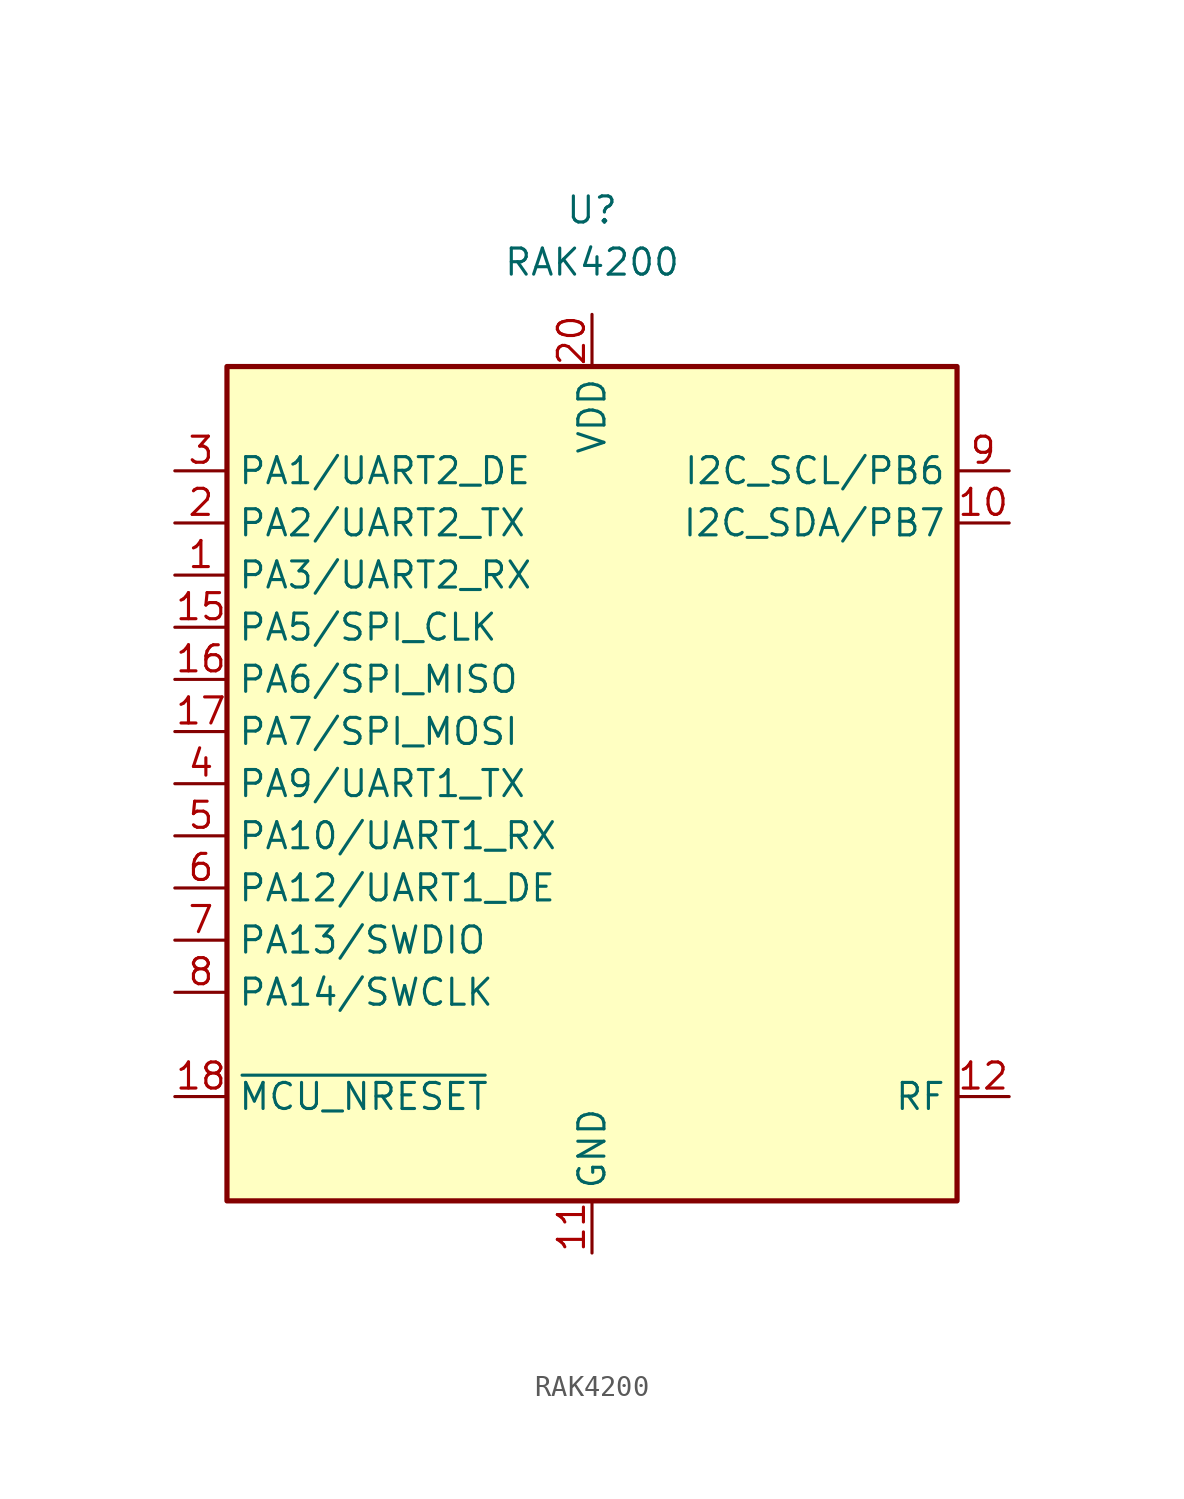
<source format=kicad_sym>
(kicad_symbol_lib
  (version 20201005)
  (generator kicad_symbol_editor)
  (symbol "RF_Module:RAK4200"
    (property "Reference" "U"
      (at 0 27.94 0)
      (effects (font (size 1.27 1.27))))
    (property "Value" "RAK4200"
      (at 0 25.4 0)
      (effects (font (size 1.27 1.27))))
    (symbol "RAK4200_0_1"
      (rectangle (start -17.78 20.32) (end 17.78 -20.32) (stroke (width 0.254)) (fill (type background))))
    (symbol "RAK4200_1_1"
      (pin bidirectional line (at -20.32 10.16 0) (length 2.54) (name "PA3/UART2_RX" (effects (font (size 1.27 1.27)))) (number "1" (effects (font (size 1.27 1.27)))))
      (pin bidirectional line (at 20.32 12.7 180) (length 2.54) (name "I2C_SDA/PB7" (effects (font (size 1.27 1.27)))) (number "10" (effects (font (size 1.27 1.27)))))
      (pin power_in line (at 0 -22.86 90) (length 2.54) (name "GND" (effects (font (size 1.27 1.27)))) (number "11" (effects (font (size 1.27 1.27)))))
      (pin passive line (at 20.32 -15.24 180) (length 2.54) (name "RF" (effects (font (size 1.27 1.27)))) (number "12" (effects (font (size 1.27 1.27)))))
      (pin passive line (at 0 -22.86 90) (length 2.54) hide (name "GND" (effects (font (size 1.27 1.27)))) (number "13" (effects (font (size 1.27 1.27)))))
      (pin passive line (at 0 -22.86 90) (length 2.54) hide (name "GND" (effects (font (size 1.27 1.27)))) (number "14" (effects (font (size 1.27 1.27)))))
      (pin bidirectional line (at -20.32 7.62 0) (length 2.54) (name "PA5/SPI_CLK" (effects (font (size 1.27 1.27)))) (number "15" (effects (font (size 1.27 1.27)))))
      (pin bidirectional line (at -20.32 5.08 0) (length 2.54) (name "PA6/SPI_MISO" (effects (font (size 1.27 1.27)))) (number "16" (effects (font (size 1.27 1.27)))))
      (pin bidirectional line (at -20.32 2.54 0) (length 2.54) (name "PA7/SPI_MOSI" (effects (font (size 1.27 1.27)))) (number "17" (effects (font (size 1.27 1.27)))))
      (pin bidirectional line (at -20.32 -15.24 0) (length 2.54) (name "~MCU_NRESET" (effects (font (size 1.27 1.27)))) (number "18" (effects (font (size 1.27 1.27)))))
      (pin passive line (at 0 -22.86 90) (length 2.54) hide (name "GND" (effects (font (size 1.27 1.27)))) (number "19" (effects (font (size 1.27 1.27)))))
      (pin bidirectional line (at -20.32 12.7 0) (length 2.54) (name "PA2/UART2_TX" (effects (font (size 1.27 1.27)))) (number "2" (effects (font (size 1.27 1.27)))))
      (pin power_in line (at 0 22.86 270) (length 2.54) (name "VDD" (effects (font (size 1.27 1.27)))) (number "20" (effects (font (size 1.27 1.27)))))
      (pin bidirectional line (at -20.32 15.24 0) (length 2.54) (name "PA1/UART2_DE" (effects (font (size 1.27 1.27)))) (number "3" (effects (font (size 1.27 1.27)))))
      (pin bidirectional line (at -20.32 0 0) (length 2.54) (name "PA9/UART1_TX" (effects (font (size 1.27 1.27)))) (number "4" (effects (font (size 1.27 1.27)))))
      (pin bidirectional line (at -20.32 -2.54 0) (length 2.54) (name "PA10/UART1_RX" (effects (font (size 1.27 1.27)))) (number "5" (effects (font (size 1.27 1.27)))))
      (pin bidirectional line (at -20.32 -5.08 0) (length 2.54) (name "PA12/UART1_DE" (effects (font (size 1.27 1.27)))) (number "6" (effects (font (size 1.27 1.27)))))
      (pin bidirectional line (at -20.32 -7.62 0) (length 2.54) (name "PA13/SWDIO" (effects (font (size 1.27 1.27)))) (number "7" (effects (font (size 1.27 1.27)))))
      (pin bidirectional line (at -20.32 -10.16 0) (length 2.54) (name "PA14/SWCLK" (effects (font (size 1.27 1.27)))) (number "8" (effects (font (size 1.27 1.27)))))
      (pin bidirectional line (at 20.32 15.24 180) (length 2.54) (name "I2C_SCL/PB6" (effects (font (size 1.27 1.27)))) (number "9" (effects (font (size 1.27 1.27))))))))
</source>
